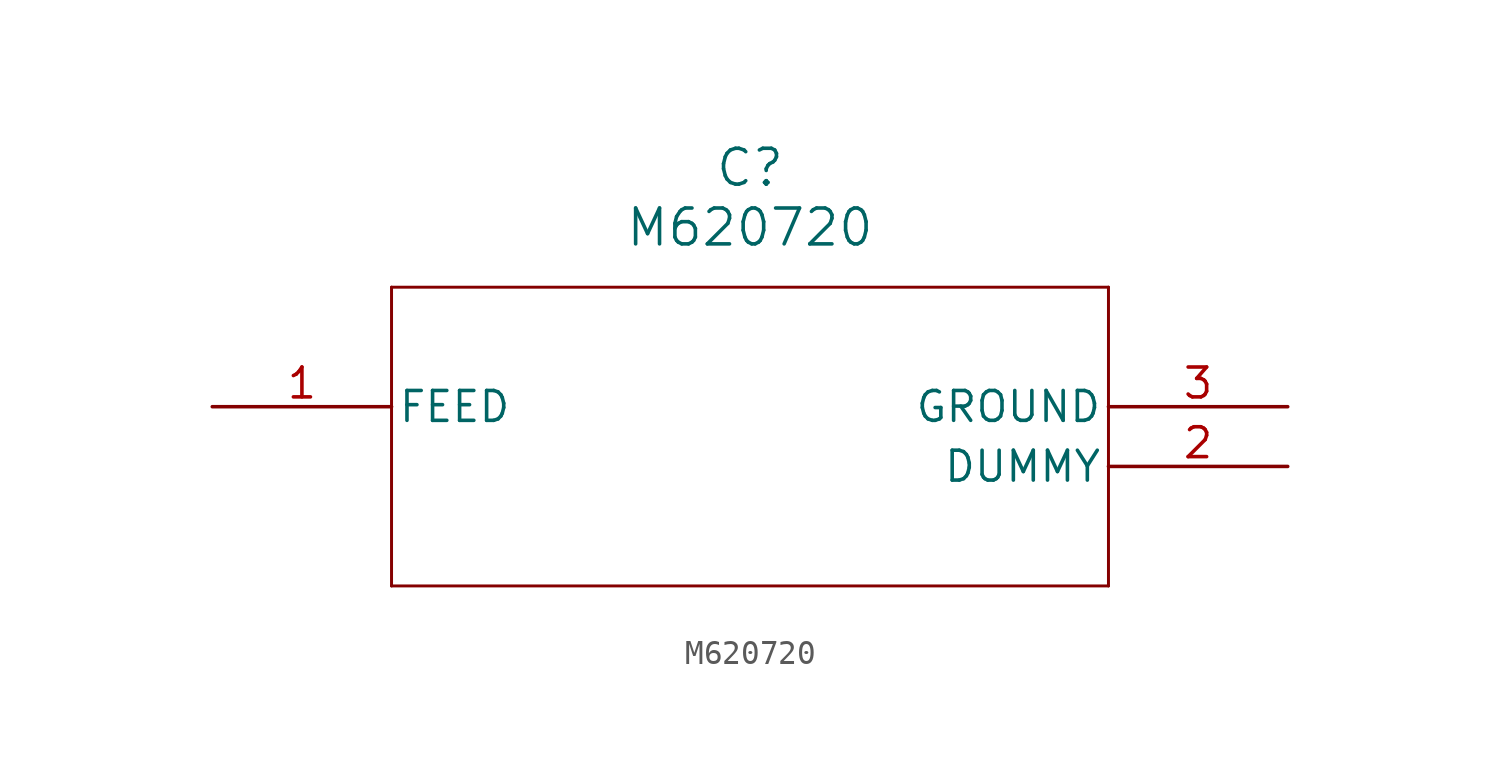
<source format=kicad_sym>
(kicad_symbol_lib
  (version 20211014)
  (generator kicad_symbol_editor)
  (symbol "M620720"
    (pin_names
      (offset 0.254))
    (property "Reference" "C"
      (at 22.86 10.16 0)
      (effects (font (size 1.524 1.524))))
    (property "Value" "M620720"
      (at 22.86 7.62 0)
      (effects (font (size 1.524 1.524))))
    (symbol "M620720_0_1"
      (polyline (pts (xy 7.62 5.08) (xy 7.62 -7.62)) (stroke (width 0.127) (type default) (color 0 0 0 0)) (fill (type none)))
      (polyline (pts (xy 7.62 -7.62) (xy 38.1 -7.62)) (stroke (width 0.127) (type default) (color 0 0 0 0)) (fill (type none)))
      (polyline (pts (xy 38.1 -7.62) (xy 38.1 5.08)) (stroke (width 0.127) (type default) (color 0 0 0 0)) (fill (type none)))
      (polyline (pts (xy 38.1 5.08) (xy 7.62 5.08)) (stroke (width 0.127) (type default) (color 0 0 0 0)) (fill (type none)))
      (pin unspecified line (at 0 0 0) (length 7.62) (name "FEED" (effects (font (size 1.27 1.27)))) (number "1" (effects (font (size 1.27 1.27)))))
      (pin unspecified line (at 45.72 -2.54 180) (length 7.62) (name "DUMMY" (effects (font (size 1.27 1.27)))) (number "2" (effects (font (size 1.27 1.27)))))
      (pin power_out line (at 45.72 0 180) (length 7.62) (name "GROUND" (effects (font (size 1.27 1.27)))) (number "3" (effects (font (size 1.27 1.27))))))))
</source>
